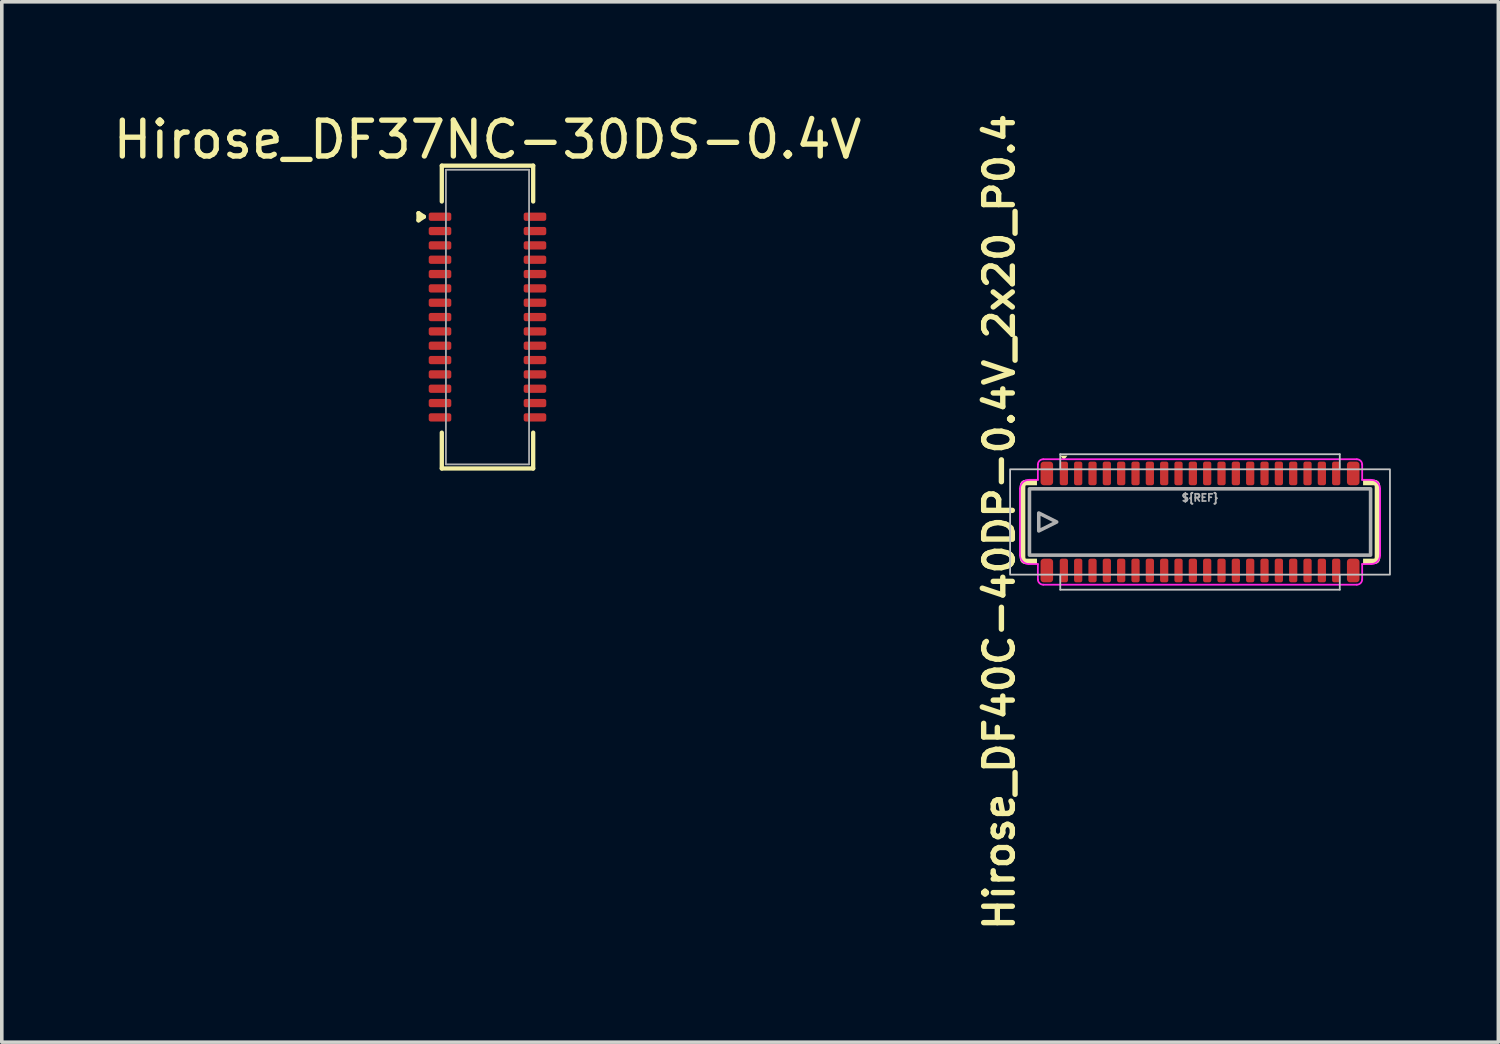
<source format=kicad_pcb>
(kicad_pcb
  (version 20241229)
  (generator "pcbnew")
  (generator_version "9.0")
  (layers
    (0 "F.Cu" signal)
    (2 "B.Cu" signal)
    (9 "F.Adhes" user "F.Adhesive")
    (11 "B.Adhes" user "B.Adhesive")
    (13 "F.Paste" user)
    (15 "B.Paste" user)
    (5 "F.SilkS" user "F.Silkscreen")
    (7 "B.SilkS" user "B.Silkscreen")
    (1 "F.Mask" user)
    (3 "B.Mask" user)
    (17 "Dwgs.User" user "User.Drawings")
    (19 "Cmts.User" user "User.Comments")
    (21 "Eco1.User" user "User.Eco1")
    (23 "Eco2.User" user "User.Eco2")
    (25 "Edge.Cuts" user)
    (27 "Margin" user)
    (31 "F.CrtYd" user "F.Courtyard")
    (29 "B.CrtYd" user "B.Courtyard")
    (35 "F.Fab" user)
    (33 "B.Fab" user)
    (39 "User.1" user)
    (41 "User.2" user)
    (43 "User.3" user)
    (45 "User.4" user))
  (footprint "Hirose_DF40C-40DP-0.4V_2x20_P0.4"
    (layer "F.Cu")
    (at 30.438 11.516)
    (property "Reference" "Hirose_DF40C-40DP-0.4V_2x20_P0.4" (at -5.6 0 90) (unlocked yes) (layer "F.SilkS") (effects (font (size 0.8 0.8) (thickness 0.15))))
    (attr smd)
    (fp_arc (start -4.95 -1.025) (mid -4.928033 -1.078033) (end -4.875 -1.1) (stroke (width 0.15) (type solid)) (layer "F.SilkS"))
    (fp_arc (start -4.875 1.1) (mid -4.928033 1.078033) (end -4.95 1.025) (stroke (width 0.15) (type solid)) (layer "F.SilkS"))
    (fp_arc (start 4.875 -1.1) (mid 4.928033 -1.078033) (end 4.95 -1.025) (stroke (width 0.15) (type solid)) (layer "F.SilkS"))
    (fp_arc (start 4.95 1.025) (mid 4.928033 1.078033) (end 4.875 1.1) (stroke (width 0.15) (type solid)) (layer "F.SilkS"))
    (fp_poly (pts (xy -3.8 -1.725) (xy -3.9 -1.85) (xy -3.7 -1.85)) (stroke (width 0) (type solid)) (fill yes) (layer "F.SilkS"))
    (fp_poly (pts (xy -4.55 -1.025) (xy -4.875 -1.025) (xy -4.875 1.025) (xy -4.55 1.025) (xy -4.55 1.175) (xy -4.875 1.175) (xy -5.025 1.025) (xy -5.025 -1.025) (xy -4.875 -1.175) (xy -4.55 -1.175)) (stroke (width 0) (type solid)) (fill yes) (layer "F.SilkS"))
    (fp_poly (pts (xy 4.55 1.025) (xy 4.875 1.025) (xy 4.875 -1.025) (xy 4.55 -1.025) (xy 4.55 -1.175) (xy 4.875 -1.175) (xy 5.025 -1.025) (xy 5.025 1.025) (xy 4.875 1.175) (xy 4.55 1.175)) (stroke (width 0) (type solid)) (fill yes) (layer "F.SilkS"))
    (fp_line (start -3.9 -1.89) (end -3.9 -1.47) (stroke (width 0.05) (type solid)) (layer "Dwgs.User"))
    (fp_line (start -3.9 -1.89) (end 3.9 -1.89) (stroke (width 0.05) (type solid)) (layer "Dwgs.User"))
    (fp_line (start -3.9 1.89) (end -3.9 1.47) (stroke (width 0.05) (type solid)) (layer "Dwgs.User"))
    (fp_line (start -3.9 1.89) (end 3.9 1.89) (stroke (width 0.05) (type solid)) (layer "Dwgs.User"))
    (fp_line (start 3.9 -1.89) (end 3.9 -1.47) (stroke (width 0.05) (type solid)) (layer "Dwgs.User"))
    (fp_line (start 3.9 1.89) (end 3.9 1.47) (stroke (width 0.05) (type solid)) (layer "Dwgs.User"))
    (fp_rect (start -5.3 -1.47) (end 5.3 1.47) (stroke (width 0.05) (type solid)) (fill no) (layer "Dwgs.User"))
    (fp_line (start -5.025 -0.925) (end -5.025 0.925) (stroke (width 0.05) (type solid)) (layer "F.CrtYd"))
    (fp_line (start -4.525 -1.6) (end -4.525 -1.175) (stroke (width 0.05) (type solid)) (layer "F.CrtYd"))
    (fp_line (start -4.525 -1.175) (end -4.775 -1.175) (stroke (width 0.05) (type solid)) (layer "F.CrtYd"))
    (fp_line (start -4.525 1.175) (end -4.775 1.175) (stroke (width 0.05) (type solid)) (layer "F.CrtYd"))
    (fp_line (start -4.525 1.6) (end -4.525 1.175) (stroke (width 0.05) (type solid)) (layer "F.CrtYd"))
    (fp_line (start -4.375 1.75) (end 4.375 1.75) (stroke (width 0.05) (type solid)) (layer "F.CrtYd"))
    (fp_line (start 4.375 -1.75) (end -4.375 -1.75) (stroke (width 0.05) (type solid)) (layer "F.CrtYd"))
    (fp_line (start 4.525 -1.6) (end 4.525 -1.175) (stroke (width 0.05) (type solid)) (layer "F.CrtYd"))
    (fp_line (start 4.525 -1.175) (end 4.775 -1.175) (stroke (width 0.05) (type solid)) (layer "F.CrtYd"))
    (fp_line (start 4.525 1.175) (end 4.775 1.175) (stroke (width 0.05) (type solid)) (layer "F.CrtYd"))
    (fp_line (start 4.525 1.6) (end 4.525 1.175) (stroke (width 0.05) (type solid)) (layer "F.CrtYd"))
    (fp_line (start 5.025 0.925) (end 5.025 -0.925) (stroke (width 0.05) (type solid)) (layer "F.CrtYd"))
    (fp_arc (start -5.025 -0.925) (mid -4.951777 -1.101777) (end -4.775 -1.175) (stroke (width 0.05) (type solid)) (layer "F.CrtYd"))
    (fp_arc (start -4.775 1.175) (mid -4.951777 1.101777) (end -5.025 0.925) (stroke (width 0.05) (type solid)) (layer "F.CrtYd"))
    (fp_arc (start -4.525 -1.6) (mid -4.481066 -1.706066) (end -4.375 -1.75) (stroke (width 0.05) (type solid)) (layer "F.CrtYd"))
    (fp_arc (start -4.375 1.75) (mid -4.481066 1.706066) (end -4.525 1.6) (stroke (width 0.05) (type solid)) (layer "F.CrtYd"))
    (fp_arc (start 4.375 -1.75) (mid 4.481066 -1.706066) (end 4.525 -1.6) (stroke (width 0.05) (type solid)) (layer "F.CrtYd"))
    (fp_arc (start 4.525 1.6) (mid 4.481066 1.706066) (end 4.375 1.75) (stroke (width 0.05) (type solid)) (layer "F.CrtYd"))
    (fp_arc (start 4.775 -1.175) (mid 4.951777 -1.101777) (end 5.025 -0.925) (stroke (width 0.05) (type solid)) (layer "F.CrtYd"))
    (fp_arc (start 5.025 0.925) (mid 4.951777 1.101777) (end 4.775 1.175) (stroke (width 0.05) (type solid)) (layer "F.CrtYd"))
    (fp_rect (start -4.76 -0.925) (end 4.76 0.925) (stroke (width 0.1) (type solid)) (fill no) (layer "F.Fab"))
    (fp_poly (pts (xy -4 0) (xy -4.5 0.25) (xy -4.5 -0.25)) (stroke (width 0.1) (type solid)) (fill no) (layer "F.Fab"))
    (fp_text user "${REF}" (at 0 -0.675 0) (unlocked yes) (layer "F.Fab") (effects (font (size 0.2 0.2) (thickness 0.05))))
    (pad "1" smd roundrect (at -3.8 -1.355) (size 0.23 0.66) (layers "F.Cu" "F.Mask" "F.Paste") (roundrect_rratio 0.25))
    (pad "2" smd roundrect (at -3.8 1.355) (size 0.23 0.66) (layers "F.Cu" "F.Mask" "F.Paste") (roundrect_rratio 0.25))
    (pad "3" smd roundrect (at -3.4 -1.355) (size 0.23 0.66) (layers "F.Cu" "F.Mask" "F.Paste") (roundrect_rratio 0.25))
    (pad "4" smd roundrect (at -3.4 1.355) (size 0.23 0.66) (layers "F.Cu" "F.Mask" "F.Paste") (roundrect_rratio 0.25))
    (pad "5" smd roundrect (at -3 -1.355) (size 0.23 0.66) (layers "F.Cu" "F.Mask" "F.Paste") (roundrect_rratio 0.25))
    (pad "6" smd roundrect (at -3 1.355) (size 0.23 0.66) (layers "F.Cu" "F.Mask" "F.Paste") (roundrect_rratio 0.25))
    (pad "7" smd roundrect (at -2.6 -1.355) (size 0.23 0.66) (layers "F.Cu" "F.Mask" "F.Paste") (roundrect_rratio 0.25))
    (pad "8" smd roundrect (at -2.6 1.355) (size 0.23 0.66) (layers "F.Cu" "F.Mask" "F.Paste") (roundrect_rratio 0.25))
    (pad "9" smd roundrect (at -2.2 -1.355) (size 0.23 0.66) (layers "F.Cu" "F.Mask" "F.Paste") (roundrect_rratio 0.25))
    (pad "10" smd roundrect (at -2.2 1.355) (size 0.23 0.66) (layers "F.Cu" "F.Mask" "F.Paste") (roundrect_rratio 0.25))
    (pad "11" smd roundrect (at -1.8 -1.355) (size 0.23 0.66) (layers "F.Cu" "F.Mask" "F.Paste") (roundrect_rratio 0.25))
    (pad "12" smd roundrect (at -1.8 1.355) (size 0.23 0.66) (layers "F.Cu" "F.Mask" "F.Paste") (roundrect_rratio 0.25))
    (pad "13" smd roundrect (at -1.4 -1.355) (size 0.23 0.66) (layers "F.Cu" "F.Mask" "F.Paste") (roundrect_rratio 0.25))
    (pad "14" smd roundrect (at -1.4 1.355) (size 0.23 0.66) (layers "F.Cu" "F.Mask" "F.Paste") (roundrect_rratio 0.25))
    (pad "15" smd roundrect (at -1 -1.355) (size 0.23 0.66) (layers "F.Cu" "F.Mask" "F.Paste") (roundrect_rratio 0.25))
    (pad "16" smd roundrect (at -1 1.355) (size 0.23 0.66) (layers "F.Cu" "F.Mask" "F.Paste") (roundrect_rratio 0.25))
    (pad "17" smd roundrect (at -0.6 -1.355) (size 0.23 0.66) (layers "F.Cu" "F.Mask" "F.Paste") (roundrect_rratio 0.25))
    (pad "18" smd roundrect (at -0.6 1.355) (size 0.23 0.66) (layers "F.Cu" "F.Mask" "F.Paste") (roundrect_rratio 0.25))
    (pad "19" smd roundrect (at -0.2 -1.355) (size 0.23 0.66) (layers "F.Cu" "F.Mask" "F.Paste") (roundrect_rratio 0.25))
    (pad "20" smd roundrect (at -0.2 1.355) (size 0.23 0.66) (layers "F.Cu" "F.Mask" "F.Paste") (roundrect_rratio 0.25))
    (pad "21" smd roundrect (at 0.2 -1.355) (size 0.23 0.66) (layers "F.Cu" "F.Mask" "F.Paste") (roundrect_rratio 0.25))
    (pad "22" smd roundrect (at 0.2 1.355) (size 0.23 0.66) (layers "F.Cu" "F.Mask" "F.Paste") (roundrect_rratio 0.25))
    (pad "23" smd roundrect (at 0.6 -1.355) (size 0.23 0.66) (layers "F.Cu" "F.Mask" "F.Paste") (roundrect_rratio 0.25))
    (pad "24" smd roundrect (at 0.6 1.355) (size 0.23 0.66) (layers "F.Cu" "F.Mask" "F.Paste") (roundrect_rratio 0.25))
    (pad "25" smd roundrect (at 1 -1.355) (size 0.23 0.66) (layers "F.Cu" "F.Mask" "F.Paste") (roundrect_rratio 0.25))
    (pad "26" smd roundrect (at 1 1.355) (size 0.23 0.66) (layers "F.Cu" "F.Mask" "F.Paste") (roundrect_rratio 0.25))
    (pad "27" smd roundrect (at 1.4 -1.355) (size 0.23 0.66) (layers "F.Cu" "F.Mask" "F.Paste") (roundrect_rratio 0.25))
    (pad "28" smd roundrect (at 1.4 1.355) (size 0.23 0.66) (layers "F.Cu" "F.Mask" "F.Paste") (roundrect_rratio 0.25))
    (pad "29" smd roundrect (at 1.8 -1.355) (size 0.23 0.66) (layers "F.Cu" "F.Mask" "F.Paste") (roundrect_rratio 0.25))
    (pad "30" smd roundrect (at 1.8 1.355) (size 0.23 0.66) (layers "F.Cu" "F.Mask" "F.Paste") (roundrect_rratio 0.25))
    (pad "31" smd roundrect (at 2.2 -1.355) (size 0.23 0.66) (layers "F.Cu" "F.Mask" "F.Paste") (roundrect_rratio 0.25))
    (pad "32" smd roundrect (at 2.2 1.355) (size 0.23 0.66) (layers "F.Cu" "F.Mask" "F.Paste") (roundrect_rratio 0.25))
    (pad "33" smd roundrect (at 2.6 -1.355) (size 0.23 0.66) (layers "F.Cu" "F.Mask" "F.Paste") (roundrect_rratio 0.25))
    (pad "34" smd roundrect (at 2.6 1.355) (size 0.23 0.66) (layers "F.Cu" "F.Mask" "F.Paste") (roundrect_rratio 0.25))
    (pad "35" smd roundrect (at 3 -1.355) (size 0.23 0.66) (layers "F.Cu" "F.Mask" "F.Paste") (roundrect_rratio 0.25))
    (pad "36" smd roundrect (at 3 1.355) (size 0.23 0.66) (layers "F.Cu" "F.Mask" "F.Paste") (roundrect_rratio 0.25))
    (pad "37" smd roundrect (at 3.4 -1.355) (size 0.23 0.66) (layers "F.Cu" "F.Mask" "F.Paste") (roundrect_rratio 0.25))
    (pad "38" smd roundrect (at 3.4 1.355) (size 0.23 0.66) (layers "F.Cu" "F.Mask" "F.Paste") (roundrect_rratio 0.25))
    (pad "39" smd roundrect (at 3.8 -1.355) (size 0.23 0.66) (layers "F.Cu" "F.Mask" "F.Paste") (roundrect_rratio 0.25))
    (pad "40" smd roundrect (at 3.8 1.355) (size 0.23 0.66) (layers "F.Cu" "F.Mask" "F.Paste") (roundrect_rratio 0.25))
    (pad "MP" smd roundrect (at -4.275 -1.355) (size 0.35 0.66) (layers "F.Cu" "F.Mask" "F.Paste") (roundrect_rratio 0.25))
    (pad "MP" smd roundrect (at -4.275 1.355) (size 0.35 0.66) (layers "F.Cu" "F.Mask" "F.Paste") (roundrect_rratio 0.25))
    (pad "MP" smd roundrect (at 4.275 -1.355) (size 0.35 0.66) (layers "F.Cu" "F.Mask" "F.Paste") (roundrect_rratio 0.25))
    (pad "MP" smd roundrect (at 4.275 1.355) (size 0.35 0.66) (layers "F.Cu" "F.Mask" "F.Paste") (roundrect_rratio 0.25)))
  (footprint "Hirose_DF37NC-30DS-0.4V"
    (layer "F.Cu")
    (at 10.554 5.798)
    (property "Reference" "Hirose_DF37NC-30DS-0.4V" (at 0 -4.95 0) (layer "F.SilkS") (effects (font (size 1 1) (thickness 0.15))))
    (attr smd)
    (fp_line (start -1.925 -2.9) (end -1.925 -2.7) (stroke (width 0.12) (type solid)) (layer "F.SilkS"))
    (fp_line (start -1.925 -2.7) (end -1.775 -2.8) (stroke (width 0.12) (type solid)) (layer "F.SilkS"))
    (fp_line (start -1.775 -2.8) (end -1.925 -2.9) (stroke (width 0.12) (type solid)) (layer "F.SilkS"))
    (fp_line (start -1.275 -4.225) (end -1.275 -3.225) (stroke (width 0.12) (type solid)) (layer "F.SilkS"))
    (fp_line (start -1.275 -4.225) (end 1.275 -4.225) (stroke (width 0.12) (type solid)) (layer "F.SilkS"))
    (fp_line (start -1.275 4.225) (end -1.275 3.225) (stroke (width 0.12) (type solid)) (layer "F.SilkS"))
    (fp_line (start -1.275 4.225) (end 1.275 4.225) (stroke (width 0.12) (type solid)) (layer "F.SilkS"))
    (fp_line (start 1.275 -4.225) (end 1.275 -3.225) (stroke (width 0.12) (type solid)) (layer "F.SilkS"))
    (fp_line (start 1.275 4.225) (end 1.275 3.225) (stroke (width 0.12) (type solid)) (layer "F.SilkS"))
    (fp_line (start -1.16 -4.11) (end 1.16 -4.11) (stroke (width 0.05) (type solid)) (layer "F.Fab"))
    (fp_line (start -1.16 4.11) (end -1.16 -4.11) (stroke (width 0.05) (type solid)) (layer "F.Fab"))
    (fp_line (start 1.16 -4.11) (end 1.16 4.11) (stroke (width 0.05) (type solid)) (layer "F.Fab"))
    (fp_line (start 1.16 4.11) (end -1.16 4.11) (stroke (width 0.05) (type solid)) (layer "F.Fab"))
    (pad "1" smd roundrect (at -1.325 -2.8) (size 0.63 0.23) (layers "F.Cu" "F.Mask" "F.Paste") (roundrect_rratio 0.25))
    (pad "2" smd roundrect (at -1.325 -2.4) (size 0.63 0.23) (layers "F.Cu" "F.Mask" "F.Paste") (roundrect_rratio 0.25))
    (pad "3" smd roundrect (at -1.325 -2) (size 0.63 0.23) (layers "F.Cu" "F.Mask" "F.Paste") (roundrect_rratio 0.25))
    (pad "4" smd roundrect (at -1.325 -1.6) (size 0.63 0.23) (layers "F.Cu" "F.Mask" "F.Paste") (roundrect_rratio 0.25))
    (pad "5" smd roundrect (at -1.325 -1.2) (size 0.63 0.23) (layers "F.Cu" "F.Mask" "F.Paste") (roundrect_rratio 0.25))
    (pad "6" smd roundrect (at -1.325 -0.8) (size 0.63 0.23) (layers "F.Cu" "F.Mask" "F.Paste") (roundrect_rratio 0.25))
    (pad "7" smd roundrect (at -1.325 -0.4) (size 0.63 0.23) (layers "F.Cu" "F.Mask" "F.Paste") (roundrect_rratio 0.25))
    (pad "8" smd roundrect (at -1.325 0) (size 0.63 0.23) (layers "F.Cu" "F.Mask" "F.Paste") (roundrect_rratio 0.25))
    (pad "9" smd roundrect (at -1.325 0.4) (size 0.63 0.23) (layers "F.Cu" "F.Mask" "F.Paste") (roundrect_rratio 0.25))
    (pad "10" smd roundrect (at -1.325 0.8) (size 0.63 0.23) (layers "F.Cu" "F.Mask" "F.Paste") (roundrect_rratio 0.25))
    (pad "11" smd roundrect (at -1.325 1.2) (size 0.63 0.23) (layers "F.Cu" "F.Mask" "F.Paste") (roundrect_rratio 0.25))
    (pad "12" smd roundrect (at -1.325 1.6) (size 0.63 0.23) (layers "F.Cu" "F.Mask" "F.Paste") (roundrect_rratio 0.25))
    (pad "13" smd roundrect (at -1.325 2) (size 0.63 0.23) (layers "F.Cu" "F.Mask" "F.Paste") (roundrect_rratio 0.25))
    (pad "14" smd roundrect (at -1.325 2.4) (size 0.63 0.23) (layers "F.Cu" "F.Mask" "F.Paste") (roundrect_rratio 0.25))
    (pad "15" smd roundrect (at -1.325 2.8) (size 0.63 0.23) (layers "F.Cu" "F.Mask" "F.Paste") (roundrect_rratio 0.25))
    (pad "16" smd roundrect (at 1.325 2.8) (size 0.63 0.23) (layers "F.Cu" "F.Mask" "F.Paste") (roundrect_rratio 0.25))
    (pad "17" smd roundrect (at 1.325 2.4) (size 0.63 0.23) (layers "F.Cu" "F.Mask" "F.Paste") (roundrect_rratio 0.25))
    (pad "18" smd roundrect (at 1.325 2) (size 0.63 0.23) (layers "F.Cu" "F.Mask" "F.Paste") (roundrect_rratio 0.25))
    (pad "19" smd roundrect (at 1.325 1.6) (size 0.63 0.23) (layers "F.Cu" "F.Mask" "F.Paste") (roundrect_rratio 0.25))
    (pad "20" smd roundrect (at 1.325 1.2) (size 0.63 0.23) (layers "F.Cu" "F.Mask" "F.Paste") (roundrect_rratio 0.25))
    (pad "21" smd roundrect (at 1.325 0.8) (size 0.63 0.23) (layers "F.Cu" "F.Mask" "F.Paste") (roundrect_rratio 0.25))
    (pad "22" smd roundrect (at 1.325 0.4) (size 0.63 0.23) (layers "F.Cu" "F.Mask" "F.Paste") (roundrect_rratio 0.25))
    (pad "23" smd roundrect (at 1.325 0) (size 0.63 0.23) (layers "F.Cu" "F.Mask" "F.Paste") (roundrect_rratio 0.25))
    (pad "24" smd roundrect (at 1.325 -0.4) (size 0.63 0.23) (layers "F.Cu" "F.Mask" "F.Paste") (roundrect_rratio 0.25))
    (pad "25" smd roundrect (at 1.325 -0.8) (size 0.63 0.23) (layers "F.Cu" "F.Mask" "F.Paste") (roundrect_rratio 0.25))
    (pad "26" smd roundrect (at 1.325 -1.2) (size 0.63 0.23) (layers "F.Cu" "F.Mask" "F.Paste") (roundrect_rratio 0.25))
    (pad "27" smd roundrect (at 1.325 -1.6) (size 0.63 0.23) (layers "F.Cu" "F.Mask" "F.Paste") (roundrect_rratio 0.25))
    (pad "28" smd roundrect (at 1.325 -2) (size 0.63 0.23) (layers "F.Cu" "F.Mask" "F.Paste") (roundrect_rratio 0.25))
    (pad "29" smd roundrect (at 1.325 -2.4) (size 0.63 0.23) (layers "F.Cu" "F.Mask" "F.Paste") (roundrect_rratio 0.25))
    (pad "30" smd roundrect (at 1.325 -2.8) (size 0.63 0.23) (layers "F.Cu" "F.Mask" "F.Paste") (roundrect_rratio 0.25)))
  (gr_rect
    (start -3 -3)
    (end 38.763 26.033)
    (stroke (width 0.1) (type default))
    (fill no)
    (layer "Edge.Cuts")))
</source>
